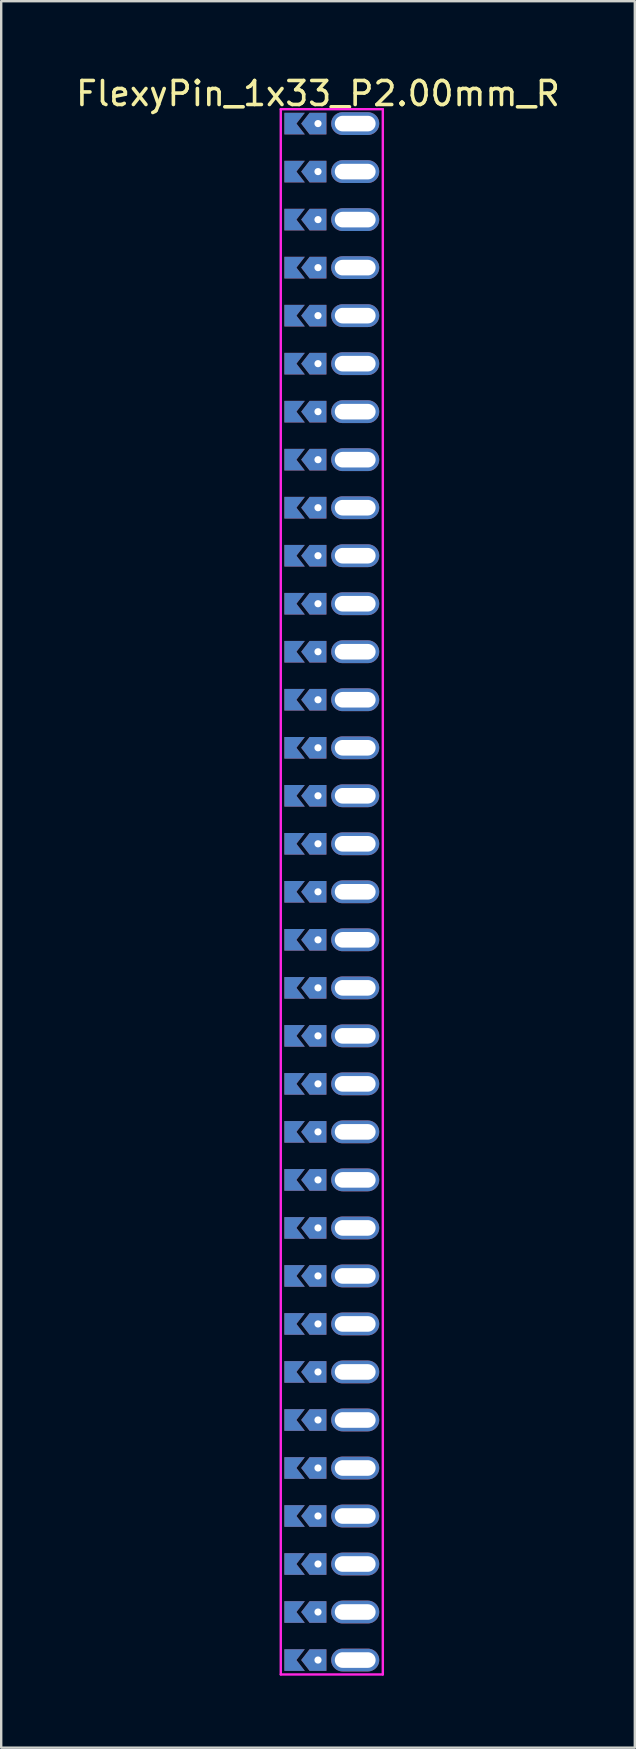
<source format=kicad_pcb>
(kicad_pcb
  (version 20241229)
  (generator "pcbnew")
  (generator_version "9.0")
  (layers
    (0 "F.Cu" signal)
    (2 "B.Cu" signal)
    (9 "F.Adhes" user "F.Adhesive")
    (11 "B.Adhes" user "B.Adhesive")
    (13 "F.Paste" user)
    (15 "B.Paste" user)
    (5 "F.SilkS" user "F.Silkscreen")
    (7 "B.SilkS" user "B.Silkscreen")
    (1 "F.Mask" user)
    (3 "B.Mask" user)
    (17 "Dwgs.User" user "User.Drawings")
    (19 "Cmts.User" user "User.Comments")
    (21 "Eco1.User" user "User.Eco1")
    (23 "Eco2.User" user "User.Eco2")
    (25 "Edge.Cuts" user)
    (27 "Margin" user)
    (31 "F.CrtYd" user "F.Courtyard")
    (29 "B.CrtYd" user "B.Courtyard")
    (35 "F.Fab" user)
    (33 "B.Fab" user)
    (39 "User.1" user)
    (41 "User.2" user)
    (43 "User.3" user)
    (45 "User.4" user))
  (footprint "FlexyPin_1x33_P2.00mm_R"
    (layer "F.Cu")
    (at 10.196 2.098)
    (property "Reference" "FlexyPin_1x33_P2.00mm_R" (at 0 -1.25 0) (layer "F.SilkS") (effects (font (size 1 1) (thickness 0.15))))
    (attr through_hole)
    (fp_line (start -1.55 -0.6) (end 2.7 -0.6) (stroke (width 0.1) (type solid)) (layer "F.CrtYd"))
    (fp_line (start -1.55 64.6) (end -1.55 -0.6) (stroke (width 0.1) (type solid)) (layer "F.CrtYd"))
    (fp_line (start 2.7 -0.6) (end 2.7 64.6) (stroke (width 0.1) (type solid)) (layer "F.CrtYd"))
    (fp_line (start 2.7 64.6) (end -1.55 64.6) (stroke (width 0.1) (type solid)) (layer "F.CrtYd"))
    (pad "" thru_hole custom (at 0 0) (size 0.3 0.3) (drill 0.6) (layers "*.Cu" "*.Mask") (options (anchor rect)) (primitives (gr_poly (pts (xy 0.35 0.45) (xy 0.35 -0.45) (xy -0.35 -0.45) (xy -0.7 0) (xy -0.35 0.45)) (width 0) (fill yes))))
    (pad "" thru_hole custom (at 0 2) (size 0.3 0.3) (drill 0.6) (layers "*.Cu" "*.Mask") (options (anchor rect)) (primitives (gr_poly (pts (xy 0.35 0.45) (xy 0.35 -0.45) (xy -0.35 -0.45) (xy -0.7 0) (xy -0.35 0.45)) (width 0) (fill yes))))
    (pad "" thru_hole custom (at 0 4) (size 0.3 0.3) (drill 0.6) (layers "*.Cu" "*.Mask") (options (anchor rect)) (primitives (gr_poly (pts (xy 0.35 0.45) (xy 0.35 -0.45) (xy -0.35 -0.45) (xy -0.7 0) (xy -0.35 0.45)) (width 0) (fill yes))))
    (pad "" thru_hole custom (at 0 6) (size 0.3 0.3) (drill 0.6) (layers "*.Cu" "*.Mask") (options (anchor rect)) (primitives (gr_poly (pts (xy 0.35 0.45) (xy 0.35 -0.45) (xy -0.35 -0.45) (xy -0.7 0) (xy -0.35 0.45)) (width 0) (fill yes))))
    (pad "" thru_hole custom (at 0 8) (size 0.3 0.3) (drill 0.6) (layers "*.Cu" "*.Mask") (options (anchor rect)) (primitives (gr_poly (pts (xy 0.35 0.45) (xy 0.35 -0.45) (xy -0.35 -0.45) (xy -0.7 0) (xy -0.35 0.45)) (width 0) (fill yes))))
    (pad "" thru_hole custom (at 0 10) (size 0.3 0.3) (drill 0.6) (layers "*.Cu" "*.Mask") (options (anchor rect)) (primitives (gr_poly (pts (xy 0.35 0.45) (xy 0.35 -0.45) (xy -0.35 -0.45) (xy -0.7 0) (xy -0.35 0.45)) (width 0) (fill yes))))
    (pad "" thru_hole custom (at 0 12) (size 0.3 0.3) (drill 0.6) (layers "*.Cu" "*.Mask") (options (anchor rect)) (primitives (gr_poly (pts (xy 0.35 0.45) (xy 0.35 -0.45) (xy -0.35 -0.45) (xy -0.7 0) (xy -0.35 0.45)) (width 0) (fill yes))))
    (pad "" thru_hole custom (at 0 14) (size 0.3 0.3) (drill 0.6) (layers "*.Cu" "*.Mask") (options (anchor rect)) (primitives (gr_poly (pts (xy 0.35 0.45) (xy 0.35 -0.45) (xy -0.35 -0.45) (xy -0.7 0) (xy -0.35 0.45)) (width 0) (fill yes))))
    (pad "" thru_hole custom (at 0 16) (size 0.3 0.3) (drill 0.6) (layers "*.Cu" "*.Mask") (options (anchor rect)) (primitives (gr_poly (pts (xy 0.35 0.45) (xy 0.35 -0.45) (xy -0.35 -0.45) (xy -0.7 0) (xy -0.35 0.45)) (width 0) (fill yes))))
    (pad "" thru_hole custom (at 0 18) (size 0.3 0.3) (drill 0.6) (layers "*.Cu" "*.Mask") (options (anchor rect)) (primitives (gr_poly (pts (xy 0.35 0.45) (xy 0.35 -0.45) (xy -0.35 -0.45) (xy -0.7 0) (xy -0.35 0.45)) (width 0) (fill yes))))
    (pad "" thru_hole custom (at 0 20) (size 0.3 0.3) (drill 0.6) (layers "*.Cu" "*.Mask") (options (anchor rect)) (primitives (gr_poly (pts (xy 0.35 0.45) (xy 0.35 -0.45) (xy -0.35 -0.45) (xy -0.7 0) (xy -0.35 0.45)) (width 0) (fill yes))))
    (pad "" thru_hole custom (at 0 22) (size 0.3 0.3) (drill 0.6) (layers "*.Cu" "*.Mask") (options (anchor rect)) (primitives (gr_poly (pts (xy 0.35 0.45) (xy 0.35 -0.45) (xy -0.35 -0.45) (xy -0.7 0) (xy -0.35 0.45)) (width 0) (fill yes))))
    (pad "" thru_hole custom (at 0 24) (size 0.3 0.3) (drill 0.6) (layers "*.Cu" "*.Mask") (options (anchor rect)) (primitives (gr_poly (pts (xy 0.35 0.45) (xy 0.35 -0.45) (xy -0.35 -0.45) (xy -0.7 0) (xy -0.35 0.45)) (width 0) (fill yes))))
    (pad "" thru_hole custom (at 0 26) (size 0.3 0.3) (drill 0.6) (layers "*.Cu" "*.Mask") (options (anchor rect)) (primitives (gr_poly (pts (xy 0.35 0.45) (xy 0.35 -0.45) (xy -0.35 -0.45) (xy -0.7 0) (xy -0.35 0.45)) (width 0) (fill yes))))
    (pad "" thru_hole custom (at 0 28) (size 0.3 0.3) (drill 0.6) (layers "*.Cu" "*.Mask") (options (anchor rect)) (primitives (gr_poly (pts (xy 0.35 0.45) (xy 0.35 -0.45) (xy -0.35 -0.45) (xy -0.7 0) (xy -0.35 0.45)) (width 0) (fill yes))))
    (pad "" thru_hole custom (at 0 30) (size 0.3 0.3) (drill 0.6) (layers "*.Cu" "*.Mask") (options (anchor rect)) (primitives (gr_poly (pts (xy 0.35 0.45) (xy 0.35 -0.45) (xy -0.35 -0.45) (xy -0.7 0) (xy -0.35 0.45)) (width 0) (fill yes))))
    (pad "" thru_hole custom (at 0 32) (size 0.3 0.3) (drill 0.6) (layers "*.Cu" "*.Mask") (options (anchor rect)) (primitives (gr_poly (pts (xy 0.35 0.45) (xy 0.35 -0.45) (xy -0.35 -0.45) (xy -0.7 0) (xy -0.35 0.45)) (width 0) (fill yes))))
    (pad "" thru_hole custom (at 0 34) (size 0.3 0.3) (drill 0.6) (layers "*.Cu" "*.Mask") (options (anchor rect)) (primitives (gr_poly (pts (xy 0.35 0.45) (xy 0.35 -0.45) (xy -0.35 -0.45) (xy -0.7 0) (xy -0.35 0.45)) (width 0) (fill yes))))
    (pad "" thru_hole custom (at 0 36) (size 0.3 0.3) (drill 0.6) (layers "*.Cu" "*.Mask") (options (anchor rect)) (primitives (gr_poly (pts (xy 0.35 0.45) (xy 0.35 -0.45) (xy -0.35 -0.45) (xy -0.7 0) (xy -0.35 0.45)) (width 0) (fill yes))))
    (pad "" thru_hole custom (at 0 38) (size 0.3 0.3) (drill 0.6) (layers "*.Cu" "*.Mask") (options (anchor rect)) (primitives (gr_poly (pts (xy 0.35 0.45) (xy 0.35 -0.45) (xy -0.35 -0.45) (xy -0.7 0) (xy -0.35 0.45)) (width 0) (fill yes))))
    (pad "" thru_hole custom (at 0 40) (size 0.3 0.3) (drill 0.6) (layers "*.Cu" "*.Mask") (options (anchor rect)) (primitives (gr_poly (pts (xy 0.35 0.45) (xy 0.35 -0.45) (xy -0.35 -0.45) (xy -0.7 0) (xy -0.35 0.45)) (width 0) (fill yes))))
    (pad "" thru_hole custom (at 0 42) (size 0.3 0.3) (drill 0.6) (layers "*.Cu" "*.Mask") (options (anchor rect)) (primitives (gr_poly (pts (xy 0.35 0.45) (xy 0.35 -0.45) (xy -0.35 -0.45) (xy -0.7 0) (xy -0.35 0.45)) (width 0) (fill yes))))
    (pad "" thru_hole custom (at 0 44) (size 0.3 0.3) (drill 0.6) (layers "*.Cu" "*.Mask") (options (anchor rect)) (primitives (gr_poly (pts (xy 0.35 0.45) (xy 0.35 -0.45) (xy -0.35 -0.45) (xy -0.7 0) (xy -0.35 0.45)) (width 0) (fill yes))))
    (pad "" thru_hole custom (at 0 46) (size 0.3 0.3) (drill 0.6) (layers "*.Cu" "*.Mask") (options (anchor rect)) (primitives (gr_poly (pts (xy 0.35 0.45) (xy 0.35 -0.45) (xy -0.35 -0.45) (xy -0.7 0) (xy -0.35 0.45)) (width 0) (fill yes))))
    (pad "" thru_hole custom (at 0 48) (size 0.3 0.3) (drill 0.6) (layers "*.Cu" "*.Mask") (options (anchor rect)) (primitives (gr_poly (pts (xy 0.35 0.45) (xy 0.35 -0.45) (xy -0.35 -0.45) (xy -0.7 0) (xy -0.35 0.45)) (width 0) (fill yes))))
    (pad "" thru_hole custom (at 0 50) (size 0.3 0.3) (drill 0.6) (layers "*.Cu" "*.Mask") (options (anchor rect)) (primitives (gr_poly (pts (xy 0.35 0.45) (xy 0.35 -0.45) (xy -0.35 -0.45) (xy -0.7 0) (xy -0.35 0.45)) (width 0) (fill yes))))
    (pad "" thru_hole custom (at 0 52) (size 0.3 0.3) (drill 0.6) (layers "*.Cu" "*.Mask") (options (anchor rect)) (primitives (gr_poly (pts (xy 0.35 0.45) (xy 0.35 -0.45) (xy -0.35 -0.45) (xy -0.7 0) (xy -0.35 0.45)) (width 0) (fill yes))))
    (pad "" thru_hole custom (at 0 54) (size 0.3 0.3) (drill 0.6) (layers "*.Cu" "*.Mask") (options (anchor rect)) (primitives (gr_poly (pts (xy 0.35 0.45) (xy 0.35 -0.45) (xy -0.35 -0.45) (xy -0.7 0) (xy -0.35 0.45)) (width 0) (fill yes))))
    (pad "" thru_hole custom (at 0 56) (size 0.3 0.3) (drill 0.6) (layers "*.Cu" "*.Mask") (options (anchor rect)) (primitives (gr_poly (pts (xy 0.35 0.45) (xy 0.35 -0.45) (xy -0.35 -0.45) (xy -0.7 0) (xy -0.35 0.45)) (width 0) (fill yes))))
    (pad "" thru_hole custom (at 0 58) (size 0.3 0.3) (drill 0.6) (layers "*.Cu" "*.Mask") (options (anchor rect)) (primitives (gr_poly (pts (xy 0.35 0.45) (xy 0.35 -0.45) (xy -0.35 -0.45) (xy -0.7 0) (xy -0.35 0.45)) (width 0) (fill yes))))
    (pad "" thru_hole custom (at 0 60) (size 0.3 0.3) (drill 0.6) (layers "*.Cu" "*.Mask") (options (anchor rect)) (primitives (gr_poly (pts (xy 0.35 0.45) (xy 0.35 -0.45) (xy -0.35 -0.45) (xy -0.7 0) (xy -0.35 0.45)) (width 0) (fill yes))))
    (pad "" thru_hole custom (at 0 62) (size 0.3 0.3) (drill 0.6) (layers "*.Cu" "*.Mask") (options (anchor rect)) (primitives (gr_poly (pts (xy 0.35 0.45) (xy 0.35 -0.45) (xy -0.35 -0.45) (xy -0.7 0) (xy -0.35 0.45)) (width 0) (fill yes))))
    (pad "" thru_hole custom (at 0 64) (size 0.3 0.3) (drill 0.6) (layers "*.Cu" "*.Mask") (options (anchor rect)) (primitives (gr_poly (pts (xy 0.35 0.45) (xy 0.35 -0.45) (xy -0.35 -0.45) (xy -0.7 0) (xy -0.35 0.45)) (width 0) (fill yes))))
    (pad "" thru_hole oval (at 1.55 0) (size 2 0.95) (drill oval 1.7 0.65) (layers "*.Cu" "*.Mask"))
    (pad "" thru_hole oval (at 1.55 2) (size 2 0.95) (drill oval 1.7 0.65) (layers "*.Cu" "*.Mask"))
    (pad "" thru_hole oval (at 1.55 4) (size 2 0.95) (drill oval 1.7 0.65) (layers "*.Cu" "*.Mask"))
    (pad "" thru_hole oval (at 1.55 6) (size 2 0.95) (drill oval 1.7 0.65) (layers "*.Cu" "*.Mask"))
    (pad "" thru_hole oval (at 1.55 8) (size 2 0.95) (drill oval 1.7 0.65) (layers "*.Cu" "*.Mask"))
    (pad "" thru_hole oval (at 1.55 10) (size 2 0.95) (drill oval 1.7 0.65) (layers "*.Cu" "*.Mask"))
    (pad "" thru_hole oval (at 1.55 12) (size 2 0.95) (drill oval 1.7 0.65) (layers "*.Cu" "*.Mask"))
    (pad "" thru_hole oval (at 1.55 14) (size 2 0.95) (drill oval 1.7 0.65) (layers "*.Cu" "*.Mask"))
    (pad "" thru_hole oval (at 1.55 16) (size 2 0.95) (drill oval 1.7 0.65) (layers "*.Cu" "*.Mask"))
    (pad "" thru_hole oval (at 1.55 18) (size 2 0.95) (drill oval 1.7 0.65) (layers "*.Cu" "*.Mask"))
    (pad "" thru_hole oval (at 1.55 20) (size 2 0.95) (drill oval 1.7 0.65) (layers "*.Cu" "*.Mask"))
    (pad "" thru_hole oval (at 1.55 22) (size 2 0.95) (drill oval 1.7 0.65) (layers "*.Cu" "*.Mask"))
    (pad "" thru_hole oval (at 1.55 24) (size 2 0.95) (drill oval 1.7 0.65) (layers "*.Cu" "*.Mask"))
    (pad "" thru_hole oval (at 1.55 26) (size 2 0.95) (drill oval 1.7 0.65) (layers "*.Cu" "*.Mask"))
    (pad "" thru_hole oval (at 1.55 28) (size 2 0.95) (drill oval 1.7 0.65) (layers "*.Cu" "*.Mask"))
    (pad "" thru_hole oval (at 1.55 30) (size 2 0.95) (drill oval 1.7 0.65) (layers "*.Cu" "*.Mask"))
    (pad "" thru_hole oval (at 1.55 32) (size 2 0.95) (drill oval 1.7 0.65) (layers "*.Cu" "*.Mask"))
    (pad "" thru_hole oval (at 1.55 34) (size 2 0.95) (drill oval 1.7 0.65) (layers "*.Cu" "*.Mask"))
    (pad "" thru_hole oval (at 1.55 36) (size 2 0.95) (drill oval 1.7 0.65) (layers "*.Cu" "*.Mask"))
    (pad "" thru_hole oval (at 1.55 38) (size 2 0.95) (drill oval 1.7 0.65) (layers "*.Cu" "*.Mask"))
    (pad "" thru_hole oval (at 1.55 40) (size 2 0.95) (drill oval 1.7 0.65) (layers "*.Cu" "*.Mask"))
    (pad "" thru_hole oval (at 1.55 42) (size 2 0.95) (drill oval 1.7 0.65) (layers "*.Cu" "*.Mask"))
    (pad "" thru_hole oval (at 1.55 44) (size 2 0.95) (drill oval 1.7 0.65) (layers "*.Cu" "*.Mask"))
    (pad "" thru_hole oval (at 1.55 46) (size 2 0.95) (drill oval 1.7 0.65) (layers "*.Cu" "*.Mask"))
    (pad "" thru_hole oval (at 1.55 48) (size 2 0.95) (drill oval 1.7 0.65) (layers "*.Cu" "*.Mask"))
    (pad "" thru_hole oval (at 1.55 50) (size 2 0.95) (drill oval 1.7 0.65) (layers "*.Cu" "*.Mask"))
    (pad "" thru_hole oval (at 1.55 52) (size 2 0.95) (drill oval 1.7 0.65) (layers "*.Cu" "*.Mask"))
    (pad "" thru_hole oval (at 1.55 54) (size 2 0.95) (drill oval 1.7 0.65) (layers "*.Cu" "*.Mask"))
    (pad "" thru_hole oval (at 1.55 56) (size 2 0.95) (drill oval 1.7 0.65) (layers "*.Cu" "*.Mask"))
    (pad "" thru_hole oval (at 1.55 58) (size 2 0.95) (drill oval 1.7 0.65) (layers "*.Cu" "*.Mask"))
    (pad "" thru_hole oval (at 1.55 60) (size 2 0.95) (drill oval 1.7 0.65) (layers "*.Cu" "*.Mask"))
    (pad "" thru_hole oval (at 1.55 62) (size 2 0.95) (drill oval 1.7 0.65) (layers "*.Cu" "*.Mask"))
    (pad "" thru_hole oval (at 1.55 64) (size 2 0.95) (drill oval 1.7 0.65) (layers "*.Cu" "*.Mask"))
    (pad "1" smd custom (at -0.9 0) (size 0.01 0.01) (layers "F.Cu" "F.Mask") (options (anchor rect)) (primitives (gr_poly (pts (xy 0 0) (xy 0.35 0.45) (xy -0.5 0.45) (xy -0.5 -0.45) (xy 0.35 -0.45)) (width 0) (fill yes))))
    (pad "2" smd custom (at -0.9 2) (size 0.01 0.01) (layers "F.Cu" "F.Mask") (options (anchor rect)) (primitives (gr_poly (pts (xy 0 0) (xy 0.35 0.45) (xy -0.5 0.45) (xy -0.5 -0.45) (xy 0.35 -0.45)) (width 0) (fill yes))))
    (pad "3" smd custom (at -0.9 4) (size 0.01 0.01) (layers "F.Cu" "F.Mask") (options (anchor rect)) (primitives (gr_poly (pts (xy 0 0) (xy 0.35 0.45) (xy -0.5 0.45) (xy -0.5 -0.45) (xy 0.35 -0.45)) (width 0) (fill yes))))
    (pad "4" smd custom (at -0.9 6) (size 0.01 0.01) (layers "F.Cu" "F.Mask") (options (anchor rect)) (primitives (gr_poly (pts (xy 0 0) (xy 0.35 0.45) (xy -0.5 0.45) (xy -0.5 -0.45) (xy 0.35 -0.45)) (width 0) (fill yes))))
    (pad "5" smd custom (at -0.9 8) (size 0.01 0.01) (layers "F.Cu" "F.Mask") (options (anchor rect)) (primitives (gr_poly (pts (xy 0 0) (xy 0.35 0.45) (xy -0.5 0.45) (xy -0.5 -0.45) (xy 0.35 -0.45)) (width 0) (fill yes))))
    (pad "6" smd custom (at -0.9 10) (size 0.01 0.01) (layers "F.Cu" "F.Mask") (options (anchor rect)) (primitives (gr_poly (pts (xy 0 0) (xy 0.35 0.45) (xy -0.5 0.45) (xy -0.5 -0.45) (xy 0.35 -0.45)) (width 0) (fill yes))))
    (pad "7" smd custom (at -0.9 12) (size 0.01 0.01) (layers "F.Cu" "F.Mask") (options (anchor rect)) (primitives (gr_poly (pts (xy 0 0) (xy 0.35 0.45) (xy -0.5 0.45) (xy -0.5 -0.45) (xy 0.35 -0.45)) (width 0) (fill yes))))
    (pad "8" smd custom (at -0.9 14) (size 0.01 0.01) (layers "F.Cu" "F.Mask") (options (anchor rect)) (primitives (gr_poly (pts (xy 0 0) (xy 0.35 0.45) (xy -0.5 0.45) (xy -0.5 -0.45) (xy 0.35 -0.45)) (width 0) (fill yes))))
    (pad "9" smd custom (at -0.9 16) (size 0.01 0.01) (layers "F.Cu" "F.Mask") (options (anchor rect)) (primitives (gr_poly (pts (xy 0 0) (xy 0.35 0.45) (xy -0.5 0.45) (xy -0.5 -0.45) (xy 0.35 -0.45)) (width 0) (fill yes))))
    (pad "10" smd custom (at -0.9 18) (size 0.01 0.01) (layers "F.Cu" "F.Mask") (options (anchor rect)) (primitives (gr_poly (pts (xy 0 0) (xy 0.35 0.45) (xy -0.5 0.45) (xy -0.5 -0.45) (xy 0.35 -0.45)) (width 0) (fill yes))))
    (pad "11" smd custom (at -0.9 20) (size 0.01 0.01) (layers "F.Cu" "F.Mask") (options (anchor rect)) (primitives (gr_poly (pts (xy 0 0) (xy 0.35 0.45) (xy -0.5 0.45) (xy -0.5 -0.45) (xy 0.35 -0.45)) (width 0) (fill yes))))
    (pad "12" smd custom (at -0.9 22) (size 0.01 0.01) (layers "F.Cu" "F.Mask") (options (anchor rect)) (primitives (gr_poly (pts (xy 0 0) (xy 0.35 0.45) (xy -0.5 0.45) (xy -0.5 -0.45) (xy 0.35 -0.45)) (width 0) (fill yes))))
    (pad "13" smd custom (at -0.9 24) (size 0.01 0.01) (layers "F.Cu" "F.Mask") (options (anchor rect)) (primitives (gr_poly (pts (xy 0 0) (xy 0.35 0.45) (xy -0.5 0.45) (xy -0.5 -0.45) (xy 0.35 -0.45)) (width 0) (fill yes))))
    (pad "14" smd custom (at -0.9 26) (size 0.01 0.01) (layers "F.Cu" "F.Mask") (options (anchor rect)) (primitives (gr_poly (pts (xy 0 0) (xy 0.35 0.45) (xy -0.5 0.45) (xy -0.5 -0.45) (xy 0.35 -0.45)) (width 0) (fill yes))))
    (pad "15" smd custom (at -0.9 28) (size 0.01 0.01) (layers "F.Cu" "F.Mask") (options (anchor rect)) (primitives (gr_poly (pts (xy 0 0) (xy 0.35 0.45) (xy -0.5 0.45) (xy -0.5 -0.45) (xy 0.35 -0.45)) (width 0) (fill yes))))
    (pad "16" smd custom (at -0.9 30) (size 0.01 0.01) (layers "F.Cu" "F.Mask") (options (anchor rect)) (primitives (gr_poly (pts (xy 0 0) (xy 0.35 0.45) (xy -0.5 0.45) (xy -0.5 -0.45) (xy 0.35 -0.45)) (width 0) (fill yes))))
    (pad "17" smd custom (at -0.9 32) (size 0.01 0.01) (layers "F.Cu" "F.Mask") (options (anchor rect)) (primitives (gr_poly (pts (xy 0 0) (xy 0.35 0.45) (xy -0.5 0.45) (xy -0.5 -0.45) (xy 0.35 -0.45)) (width 0) (fill yes))))
    (pad "18" smd custom (at -0.9 34) (size 0.01 0.01) (layers "F.Cu" "F.Mask") (options (anchor rect)) (primitives (gr_poly (pts (xy 0 0) (xy 0.35 0.45) (xy -0.5 0.45) (xy -0.5 -0.45) (xy 0.35 -0.45)) (width 0) (fill yes))))
    (pad "19" smd custom (at -0.9 36) (size 0.01 0.01) (layers "F.Cu" "F.Mask") (options (anchor rect)) (primitives (gr_poly (pts (xy 0 0) (xy 0.35 0.45) (xy -0.5 0.45) (xy -0.5 -0.45) (xy 0.35 -0.45)) (width 0) (fill yes))))
    (pad "20" smd custom (at -0.9 38) (size 0.01 0.01) (layers "F.Cu" "F.Mask") (options (anchor rect)) (primitives (gr_poly (pts (xy 0 0) (xy 0.35 0.45) (xy -0.5 0.45) (xy -0.5 -0.45) (xy 0.35 -0.45)) (width 0) (fill yes))))
    (pad "21" smd custom (at -0.9 40) (size 0.01 0.01) (layers "F.Cu" "F.Mask") (options (anchor rect)) (primitives (gr_poly (pts (xy 0 0) (xy 0.35 0.45) (xy -0.5 0.45) (xy -0.5 -0.45) (xy 0.35 -0.45)) (width 0) (fill yes))))
    (pad "22" smd custom (at -0.9 42) (size 0.01 0.01) (layers "F.Cu" "F.Mask") (options (anchor rect)) (primitives (gr_poly (pts (xy 0 0) (xy 0.35 0.45) (xy -0.5 0.45) (xy -0.5 -0.45) (xy 0.35 -0.45)) (width 0) (fill yes))))
    (pad "23" smd custom (at -0.9 44) (size 0.01 0.01) (layers "F.Cu" "F.Mask") (options (anchor rect)) (primitives (gr_poly (pts (xy 0 0) (xy 0.35 0.45) (xy -0.5 0.45) (xy -0.5 -0.45) (xy 0.35 -0.45)) (width 0) (fill yes))))
    (pad "24" smd custom (at -0.9 46) (size 0.01 0.01) (layers "F.Cu" "F.Mask") (options (anchor rect)) (primitives (gr_poly (pts (xy 0 0) (xy 0.35 0.45) (xy -0.5 0.45) (xy -0.5 -0.45) (xy 0.35 -0.45)) (width 0) (fill yes))))
    (pad "25" smd custom (at -0.9 48) (size 0.01 0.01) (layers "F.Cu" "F.Mask") (options (anchor rect)) (primitives (gr_poly (pts (xy 0 0) (xy 0.35 0.45) (xy -0.5 0.45) (xy -0.5 -0.45) (xy 0.35 -0.45)) (width 0) (fill yes))))
    (pad "26" smd custom (at -0.9 50) (size 0.01 0.01) (layers "F.Cu" "F.Mask") (options (anchor rect)) (primitives (gr_poly (pts (xy 0 0) (xy 0.35 0.45) (xy -0.5 0.45) (xy -0.5 -0.45) (xy 0.35 -0.45)) (width 0) (fill yes))))
    (pad "27" smd custom (at -0.9 52) (size 0.01 0.01) (layers "F.Cu" "F.Mask") (options (anchor rect)) (primitives (gr_poly (pts (xy 0 0) (xy 0.35 0.45) (xy -0.5 0.45) (xy -0.5 -0.45) (xy 0.35 -0.45)) (width 0) (fill yes))))
    (pad "28" smd custom (at -0.9 54) (size 0.01 0.01) (layers "F.Cu" "F.Mask") (options (anchor rect)) (primitives (gr_poly (pts (xy 0 0) (xy 0.35 0.45) (xy -0.5 0.45) (xy -0.5 -0.45) (xy 0.35 -0.45)) (width 0) (fill yes))))
    (pad "29" smd custom (at -0.9 56) (size 0.01 0.01) (layers "F.Cu" "F.Mask") (options (anchor rect)) (primitives (gr_poly (pts (xy 0 0) (xy 0.35 0.45) (xy -0.5 0.45) (xy -0.5 -0.45) (xy 0.35 -0.45)) (width 0) (fill yes))))
    (pad "30" smd custom (at -0.9 58) (size 0.01 0.01) (layers "F.Cu" "F.Mask") (options (anchor rect)) (primitives (gr_poly (pts (xy 0 0) (xy 0.35 0.45) (xy -0.5 0.45) (xy -0.5 -0.45) (xy 0.35 -0.45)) (width 0) (fill yes))))
    (pad "31" smd custom (at -0.9 60) (size 0.01 0.01) (layers "F.Cu" "F.Mask") (options (anchor rect)) (primitives (gr_poly (pts (xy 0 0) (xy 0.35 0.45) (xy -0.5 0.45) (xy -0.5 -0.45) (xy 0.35 -0.45)) (width 0) (fill yes))))
    (pad "32" smd custom (at -0.9 62) (size 0.01 0.01) (layers "F.Cu" "F.Mask") (options (anchor rect)) (primitives (gr_poly (pts (xy 0 0) (xy 0.35 0.45) (xy -0.5 0.45) (xy -0.5 -0.45) (xy 0.35 -0.45)) (width 0) (fill yes))))
    (pad "33" smd custom (at -0.9 64) (size 0.01 0.01) (layers "F.Cu" "F.Mask") (options (anchor rect)) (primitives (gr_poly (pts (xy 0 0) (xy 0.35 0.45) (xy -0.5 0.45) (xy -0.5 -0.45) (xy 0.35 -0.45)) (width 0) (fill yes))))
    (pad "34" smd custom (at -0.9 0) (size 0.01 0.01) (layers "B.Cu" "B.Mask") (options (anchor rect)) (primitives (gr_poly (pts (xy 0 0) (xy 0.35 0.45) (xy -0.5 0.45) (xy -0.5 -0.45) (xy 0.35 -0.45)) (width 0) (fill yes))))
    (pad "35" smd custom (at -0.9 2) (size 0.01 0.01) (layers "B.Cu" "B.Mask") (options (anchor rect)) (primitives (gr_poly (pts (xy 0 0) (xy 0.35 0.45) (xy -0.5 0.45) (xy -0.5 -0.45) (xy 0.35 -0.45)) (width 0) (fill yes))))
    (pad "36" smd custom (at -0.9 4) (size 0.01 0.01) (layers "B.Cu" "B.Mask") (options (anchor rect)) (primitives (gr_poly (pts (xy 0 0) (xy 0.35 0.45) (xy -0.5 0.45) (xy -0.5 -0.45) (xy 0.35 -0.45)) (width 0) (fill yes))))
    (pad "37" smd custom (at -0.9 6) (size 0.01 0.01) (layers "B.Cu" "B.Mask") (options (anchor rect)) (primitives (gr_poly (pts (xy 0 0) (xy 0.35 0.45) (xy -0.5 0.45) (xy -0.5 -0.45) (xy 0.35 -0.45)) (width 0) (fill yes))))
    (pad "38" smd custom (at -0.9 8) (size 0.01 0.01) (layers "B.Cu" "B.Mask") (options (anchor rect)) (primitives (gr_poly (pts (xy 0 0) (xy 0.35 0.45) (xy -0.5 0.45) (xy -0.5 -0.45) (xy 0.35 -0.45)) (width 0) (fill yes))))
    (pad "39" smd custom (at -0.9 10) (size 0.01 0.01) (layers "B.Cu" "B.Mask") (options (anchor rect)) (primitives (gr_poly (pts (xy 0 0) (xy 0.35 0.45) (xy -0.5 0.45) (xy -0.5 -0.45) (xy 0.35 -0.45)) (width 0) (fill yes))))
    (pad "40" smd custom (at -0.9 12) (size 0.01 0.01) (layers "B.Cu" "B.Mask") (options (anchor rect)) (primitives (gr_poly (pts (xy 0 0) (xy 0.35 0.45) (xy -0.5 0.45) (xy -0.5 -0.45) (xy 0.35 -0.45)) (width 0) (fill yes))))
    (pad "41" smd custom (at -0.9 14) (size 0.01 0.01) (layers "B.Cu" "B.Mask") (options (anchor rect)) (primitives (gr_poly (pts (xy 0 0) (xy 0.35 0.45) (xy -0.5 0.45) (xy -0.5 -0.45) (xy 0.35 -0.45)) (width 0) (fill yes))))
    (pad "42" smd custom (at -0.9 16) (size 0.01 0.01) (layers "B.Cu" "B.Mask") (options (anchor rect)) (primitives (gr_poly (pts (xy 0 0) (xy 0.35 0.45) (xy -0.5 0.45) (xy -0.5 -0.45) (xy 0.35 -0.45)) (width 0) (fill yes))))
    (pad "43" smd custom (at -0.9 18) (size 0.01 0.01) (layers "B.Cu" "B.Mask") (options (anchor rect)) (primitives (gr_poly (pts (xy 0 0) (xy 0.35 0.45) (xy -0.5 0.45) (xy -0.5 -0.45) (xy 0.35 -0.45)) (width 0) (fill yes))))
    (pad "44" smd custom (at -0.9 20) (size 0.01 0.01) (layers "B.Cu" "B.Mask") (options (anchor rect)) (primitives (gr_poly (pts (xy 0 0) (xy 0.35 0.45) (xy -0.5 0.45) (xy -0.5 -0.45) (xy 0.35 -0.45)) (width 0) (fill yes))))
    (pad "45" smd custom (at -0.9 22) (size 0.01 0.01) (layers "B.Cu" "B.Mask") (options (anchor rect)) (primitives (gr_poly (pts (xy 0 0) (xy 0.35 0.45) (xy -0.5 0.45) (xy -0.5 -0.45) (xy 0.35 -0.45)) (width 0) (fill yes))))
    (pad "46" smd custom (at -0.9 24) (size 0.01 0.01) (layers "B.Cu" "B.Mask") (options (anchor rect)) (primitives (gr_poly (pts (xy 0 0) (xy 0.35 0.45) (xy -0.5 0.45) (xy -0.5 -0.45) (xy 0.35 -0.45)) (width 0) (fill yes))))
    (pad "47" smd custom (at -0.9 26) (size 0.01 0.01) (layers "B.Cu" "B.Mask") (options (anchor rect)) (primitives (gr_poly (pts (xy 0 0) (xy 0.35 0.45) (xy -0.5 0.45) (xy -0.5 -0.45) (xy 0.35 -0.45)) (width 0) (fill yes))))
    (pad "48" smd custom (at -0.9 28) (size 0.01 0.01) (layers "B.Cu" "B.Mask") (options (anchor rect)) (primitives (gr_poly (pts (xy 0 0) (xy 0.35 0.45) (xy -0.5 0.45) (xy -0.5 -0.45) (xy 0.35 -0.45)) (width 0) (fill yes))))
    (pad "49" smd custom (at -0.9 30) (size 0.01 0.01) (layers "B.Cu" "B.Mask") (options (anchor rect)) (primitives (gr_poly (pts (xy 0 0) (xy 0.35 0.45) (xy -0.5 0.45) (xy -0.5 -0.45) (xy 0.35 -0.45)) (width 0) (fill yes))))
    (pad "50" smd custom (at -0.9 32) (size 0.01 0.01) (layers "B.Cu" "B.Mask") (options (anchor rect)) (primitives (gr_poly (pts (xy 0 0) (xy 0.35 0.45) (xy -0.5 0.45) (xy -0.5 -0.45) (xy 0.35 -0.45)) (width 0) (fill yes))))
    (pad "51" smd custom (at -0.9 34) (size 0.01 0.01) (layers "B.Cu" "B.Mask") (options (anchor rect)) (primitives (gr_poly (pts (xy 0 0) (xy 0.35 0.45) (xy -0.5 0.45) (xy -0.5 -0.45) (xy 0.35 -0.45)) (width 0) (fill yes))))
    (pad "52" smd custom (at -0.9 36) (size 0.01 0.01) (layers "B.Cu" "B.Mask") (options (anchor rect)) (primitives (gr_poly (pts (xy 0 0) (xy 0.35 0.45) (xy -0.5 0.45) (xy -0.5 -0.45) (xy 0.35 -0.45)) (width 0) (fill yes))))
    (pad "53" smd custom (at -0.9 38) (size 0.01 0.01) (layers "B.Cu" "B.Mask") (options (anchor rect)) (primitives (gr_poly (pts (xy 0 0) (xy 0.35 0.45) (xy -0.5 0.45) (xy -0.5 -0.45) (xy 0.35 -0.45)) (width 0) (fill yes))))
    (pad "54" smd custom (at -0.9 40) (size 0.01 0.01) (layers "B.Cu" "B.Mask") (options (anchor rect)) (primitives (gr_poly (pts (xy 0 0) (xy 0.35 0.45) (xy -0.5 0.45) (xy -0.5 -0.45) (xy 0.35 -0.45)) (width 0) (fill yes))))
    (pad "55" smd custom (at -0.9 42) (size 0.01 0.01) (layers "B.Cu" "B.Mask") (options (anchor rect)) (primitives (gr_poly (pts (xy 0 0) (xy 0.35 0.45) (xy -0.5 0.45) (xy -0.5 -0.45) (xy 0.35 -0.45)) (width 0) (fill yes))))
    (pad "56" smd custom (at -0.9 44) (size 0.01 0.01) (layers "B.Cu" "B.Mask") (options (anchor rect)) (primitives (gr_poly (pts (xy 0 0) (xy 0.35 0.45) (xy -0.5 0.45) (xy -0.5 -0.45) (xy 0.35 -0.45)) (width 0) (fill yes))))
    (pad "57" smd custom (at -0.9 46) (size 0.01 0.01) (layers "B.Cu" "B.Mask") (options (anchor rect)) (primitives (gr_poly (pts (xy 0 0) (xy 0.35 0.45) (xy -0.5 0.45) (xy -0.5 -0.45) (xy 0.35 -0.45)) (width 0) (fill yes))))
    (pad "58" smd custom (at -0.9 48) (size 0.01 0.01) (layers "B.Cu" "B.Mask") (options (anchor rect)) (primitives (gr_poly (pts (xy 0 0) (xy 0.35 0.45) (xy -0.5 0.45) (xy -0.5 -0.45) (xy 0.35 -0.45)) (width 0) (fill yes))))
    (pad "59" smd custom (at -0.9 50) (size 0.01 0.01) (layers "B.Cu" "B.Mask") (options (anchor rect)) (primitives (gr_poly (pts (xy 0 0) (xy 0.35 0.45) (xy -0.5 0.45) (xy -0.5 -0.45) (xy 0.35 -0.45)) (width 0) (fill yes))))
    (pad "60" smd custom (at -0.9 52) (size 0.01 0.01) (layers "B.Cu" "B.Mask") (options (anchor rect)) (primitives (gr_poly (pts (xy 0 0) (xy 0.35 0.45) (xy -0.5 0.45) (xy -0.5 -0.45) (xy 0.35 -0.45)) (width 0) (fill yes))))
    (pad "61" smd custom (at -0.9 54) (size 0.01 0.01) (layers "B.Cu" "B.Mask") (options (anchor rect)) (primitives (gr_poly (pts (xy 0 0) (xy 0.35 0.45) (xy -0.5 0.45) (xy -0.5 -0.45) (xy 0.35 -0.45)) (width 0) (fill yes))))
    (pad "62" smd custom (at -0.9 56) (size 0.01 0.01) (layers "B.Cu" "B.Mask") (options (anchor rect)) (primitives (gr_poly (pts (xy 0 0) (xy 0.35 0.45) (xy -0.5 0.45) (xy -0.5 -0.45) (xy 0.35 -0.45)) (width 0) (fill yes))))
    (pad "63" smd custom (at -0.9 58) (size 0.01 0.01) (layers "B.Cu" "B.Mask") (options (anchor rect)) (primitives (gr_poly (pts (xy 0 0) (xy 0.35 0.45) (xy -0.5 0.45) (xy -0.5 -0.45) (xy 0.35 -0.45)) (width 0) (fill yes))))
    (pad "64" smd custom (at -0.9 60) (size 0.01 0.01) (layers "B.Cu" "B.Mask") (options (anchor rect)) (primitives (gr_poly (pts (xy 0 0) (xy 0.35 0.45) (xy -0.5 0.45) (xy -0.5 -0.45) (xy 0.35 -0.45)) (width 0) (fill yes))))
    (pad "65" smd custom (at -0.9 62) (size 0.01 0.01) (layers "B.Cu" "B.Mask") (options (anchor rect)) (primitives (gr_poly (pts (xy 0 0) (xy 0.35 0.45) (xy -0.5 0.45) (xy -0.5 -0.45) (xy 0.35 -0.45)) (width 0) (fill yes))))
    (pad "66" smd custom (at -0.9 64) (size 0.01 0.01) (layers "B.Cu" "B.Mask") (options (anchor rect)) (primitives (gr_poly (pts (xy 0 0) (xy 0.35 0.45) (xy -0.5 0.45) (xy -0.5 -0.45) (xy 0.35 -0.45)) (width 0) (fill yes)))))
  (gr_rect
    (start -3 -3)
    (end 23.393 69.748)
    (stroke (width 0.1) (type default))
    (fill no)
    (layer "Edge.Cuts")))
</source>
